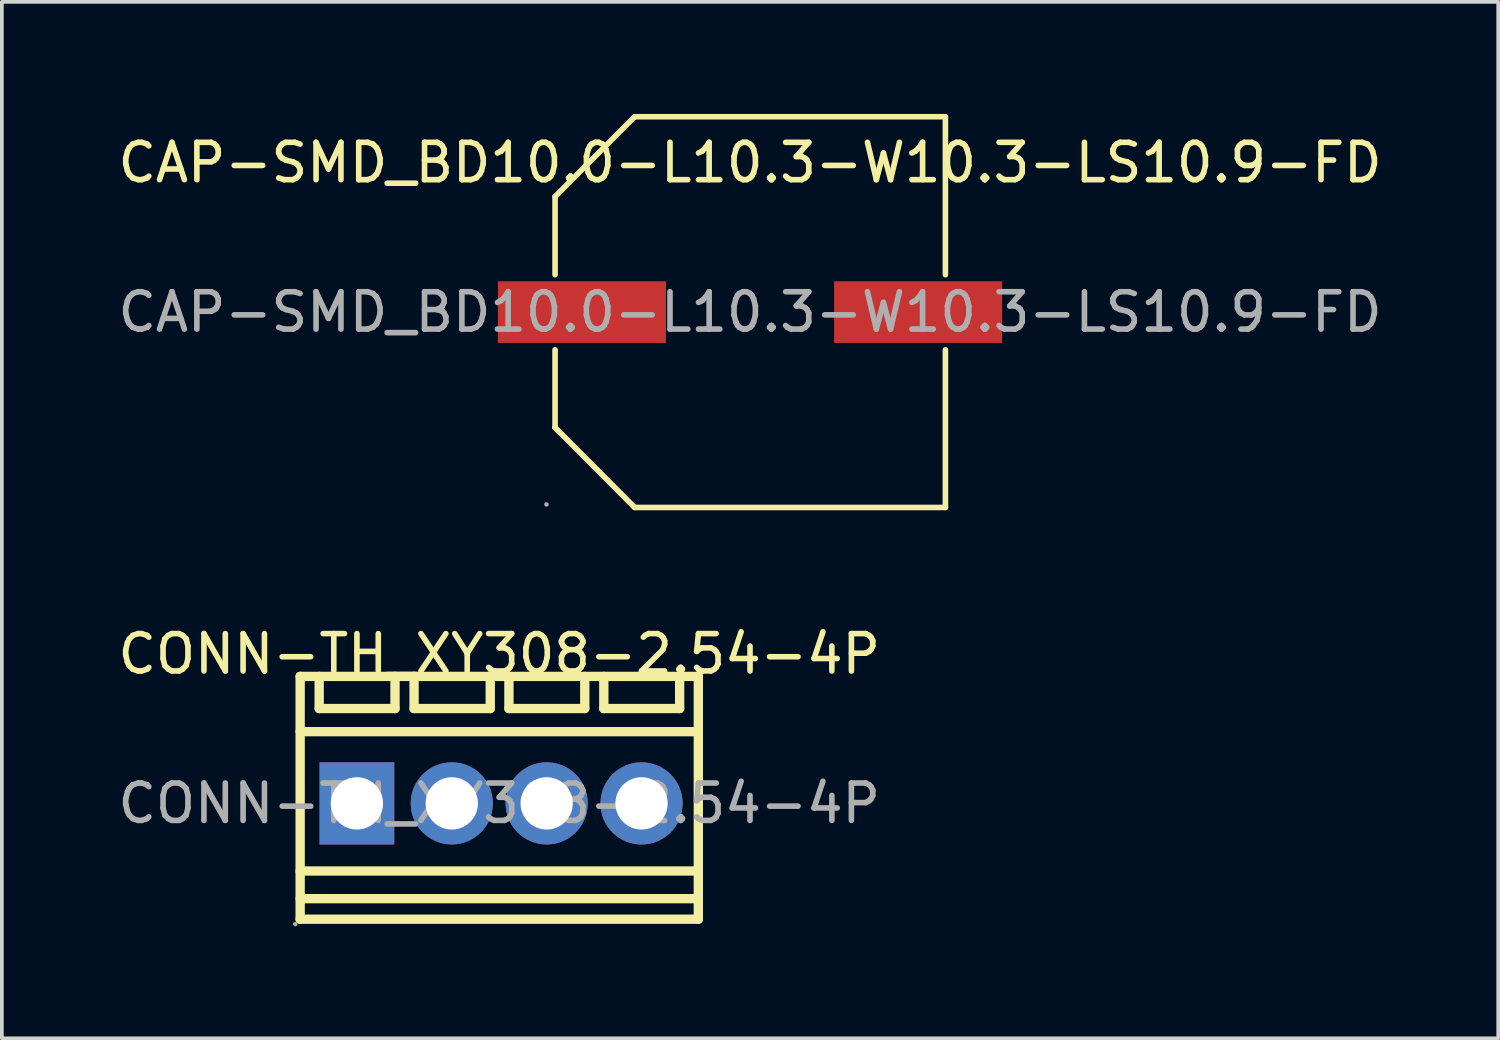
<source format=kicad_pcb>
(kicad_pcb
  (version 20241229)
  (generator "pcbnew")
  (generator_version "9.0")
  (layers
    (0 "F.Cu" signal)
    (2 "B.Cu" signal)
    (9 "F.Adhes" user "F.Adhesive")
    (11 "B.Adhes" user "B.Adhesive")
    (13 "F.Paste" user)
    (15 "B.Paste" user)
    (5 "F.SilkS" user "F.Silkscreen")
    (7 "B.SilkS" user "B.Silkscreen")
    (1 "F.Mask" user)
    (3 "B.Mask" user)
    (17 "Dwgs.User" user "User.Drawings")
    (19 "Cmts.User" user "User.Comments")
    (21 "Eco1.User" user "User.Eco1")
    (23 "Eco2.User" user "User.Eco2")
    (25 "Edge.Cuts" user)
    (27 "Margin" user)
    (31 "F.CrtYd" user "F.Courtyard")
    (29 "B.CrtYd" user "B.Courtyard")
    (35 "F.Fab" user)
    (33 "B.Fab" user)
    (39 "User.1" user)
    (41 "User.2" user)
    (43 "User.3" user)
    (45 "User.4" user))
  (footprint "CONN-TH_XY308-2.54-4P"
    (layer "F.Cu")
    (at 10.315 18.458)
    (property "Reference" "CONN-TH_XY308-2.54-4P" (at 0 -4 0) (layer "F.SilkS") (effects (font (size 1 1) (thickness 0.15))))
    (attr through_hole)
    (fp_line (start -5.33 -3.4) (end -5.33 3.1) (stroke (width 0.25) (type solid)) (layer "F.SilkS"))
    (fp_line (start -4.82 -3.4) (end -4.82 -2.54) (stroke (width 0.25) (type solid)) (layer "F.SilkS"))
    (fp_line (start -4.82 -2.54) (end -2.79 -2.54) (stroke (width 0.25) (type solid)) (layer "F.SilkS"))
    (fp_line (start -2.79 -2.54) (end -2.79 -3.4) (stroke (width 0.25) (type solid)) (layer "F.SilkS"))
    (fp_line (start -2.28 -3.4) (end -2.28 -2.54) (stroke (width 0.25) (type solid)) (layer "F.SilkS"))
    (fp_line (start -2.28 -2.54) (end -0.24 -2.54) (stroke (width 0.25) (type solid)) (layer "F.SilkS"))
    (fp_line (start -0.24 -2.54) (end -0.24 -3.4) (stroke (width 0.25) (type solid)) (layer "F.SilkS"))
    (fp_line (start 0.26 -3.4) (end 0.26 -2.54) (stroke (width 0.25) (type solid)) (layer "F.SilkS"))
    (fp_line (start 0.26 -2.54) (end 2.29 -2.54) (stroke (width 0.25) (type solid)) (layer "F.SilkS"))
    (fp_line (start 2.29 -2.54) (end 2.29 -3.4) (stroke (width 0.25) (type solid)) (layer "F.SilkS"))
    (fp_line (start 2.8 -3.4) (end 2.8 -2.54) (stroke (width 0.25) (type solid)) (layer "F.SilkS"))
    (fp_line (start 2.8 -2.54) (end 4.83 -2.54) (stroke (width 0.25) (type solid)) (layer "F.SilkS"))
    (fp_line (start 4.83 -2.54) (end 4.83 -3.4) (stroke (width 0.25) (type solid)) (layer "F.SilkS"))
    (fp_line (start 5.33 -3.4) (end -5.33 -3.4) (stroke (width 0.25) (type solid)) (layer "F.SilkS"))
    (fp_line (start 5.33 -3.4) (end 5.33 3.1) (stroke (width 0.25) (type solid)) (layer "F.SilkS"))
    (fp_line (start 5.33 -1.92) (end -5.33 -1.92) (stroke (width 0.25) (type solid)) (layer "F.SilkS"))
    (fp_line (start 5.33 1.81) (end -5.33 1.81) (stroke (width 0.25) (type solid)) (layer "F.SilkS"))
    (fp_line (start 5.33 2.55) (end -5.33 2.55) (stroke (width 0.25) (type solid)) (layer "F.SilkS"))
    (fp_line (start 5.33 3.1) (end -5.33 3.1) (stroke (width 0.25) (type solid)) (layer "F.SilkS"))
    (fp_circle (center -5.46 3.23) (end -5.43 3.23) (stroke (width 0.06) (type solid)) (fill no) (layer "F.Fab"))
    (fp_circle (center -3.81 0) (end -3.51 0) (stroke (width 0.6) (type solid)) (fill no) (layer "F.Fab"))
    (fp_circle (center -1.27 0) (end -0.97 0) (stroke (width 0.6) (type solid)) (fill no) (layer "F.Fab"))
    (fp_circle (center 1.27 0) (end 1.57 0) (stroke (width 0.6) (type solid)) (fill no) (layer "F.Fab"))
    (fp_circle (center 3.81 0) (end 4.11 0) (stroke (width 0.6) (type solid)) (fill no) (layer "F.Fab"))
    (fp_text user "${REFERENCE}" (at 0 0 0) (layer "F.Fab") (effects (font (size 1 1) (thickness 0.15))))
    (pad "1" thru_hole rect (at -3.81 0) (size 2 2.2) (drill 1.4) (layers "*.Cu" "*.Mask"))
    (pad "2" thru_hole circle (at -1.27 0) (size 2.2 2.2) (drill 1.4) (layers "*.Cu" "*.Mask"))
    (pad "3" thru_hole circle (at 1.27 0) (size 2.2 2.2) (drill 1.4) (layers "*.Cu" "*.Mask"))
    (pad "4" thru_hole circle (at 3.81 0) (size 2.2 2.2) (drill 1.4) (layers "*.Cu" "*.Mask")))
  (footprint "CAP-SMD_BD10.0-L10.3-W10.3-LS10.9-FD"
    (layer "F.Cu")
    (at 17.03 5.305)
    (property "Reference" "CAP-SMD_BD10.0-L10.3-W10.3-LS10.9-FD" (at 0 -4 0) (layer "F.SilkS") (effects (font (size 1 1) (thickness 0.15))))
    (attr smd)
    (fp_line (start -5.22 -3.09) (end -5.22 -1) (stroke (width 0.15) (type solid)) (layer "F.SilkS"))
    (fp_line (start -5.22 1.01) (end -5.22 3.09) (stroke (width 0.15) (type solid)) (layer "F.SilkS"))
    (fp_line (start -5.22 3.09) (end -5.13 3.19) (stroke (width 0.15) (type solid)) (layer "F.SilkS"))
    (fp_line (start -3.09 -5.23) (end -5.22 -3.09) (stroke (width 0.15) (type solid)) (layer "F.SilkS"))
    (fp_line (start -3.09 5.23) (end -5.22 3.09) (stroke (width 0.15) (type solid)) (layer "F.SilkS"))
    (fp_line (start 5.23 -5.23) (end -3.09 -5.23) (stroke (width 0.15) (type solid)) (layer "F.SilkS"))
    (fp_line (start 5.23 -1) (end 5.23 -5.23) (stroke (width 0.15) (type solid)) (layer "F.SilkS"))
    (fp_line (start 5.23 5.23) (end -3.09 5.23) (stroke (width 0.15) (type solid)) (layer "F.SilkS"))
    (fp_line (start 5.23 5.23) (end 5.23 1.01) (stroke (width 0.15) (type solid)) (layer "F.SilkS"))
    (fp_circle (center -5.45 5.15) (end -5.42 5.15) (stroke (width 0.06) (type solid)) (fill no) (layer "F.Fab"))
    (fp_text user "${REFERENCE}" (at 0 0 0) (layer "F.Fab") (effects (font (size 1 1) (thickness 0.15))))
    (pad "1" smd rect (at -4.5 0) (size 4.5 1.65) (layers "F.Cu" "F.Mask" "F.Paste"))
    (pad "2" smd rect (at 4.5 0) (size 4.5 1.65) (layers "F.Cu" "F.Mask" "F.Paste")))
  (gr_rect
    (start -3 -3)
    (end 37.06 24.748)
    (stroke (width 0.1) (type default))
    (fill no)
    (layer "Edge.Cuts")))
</source>
